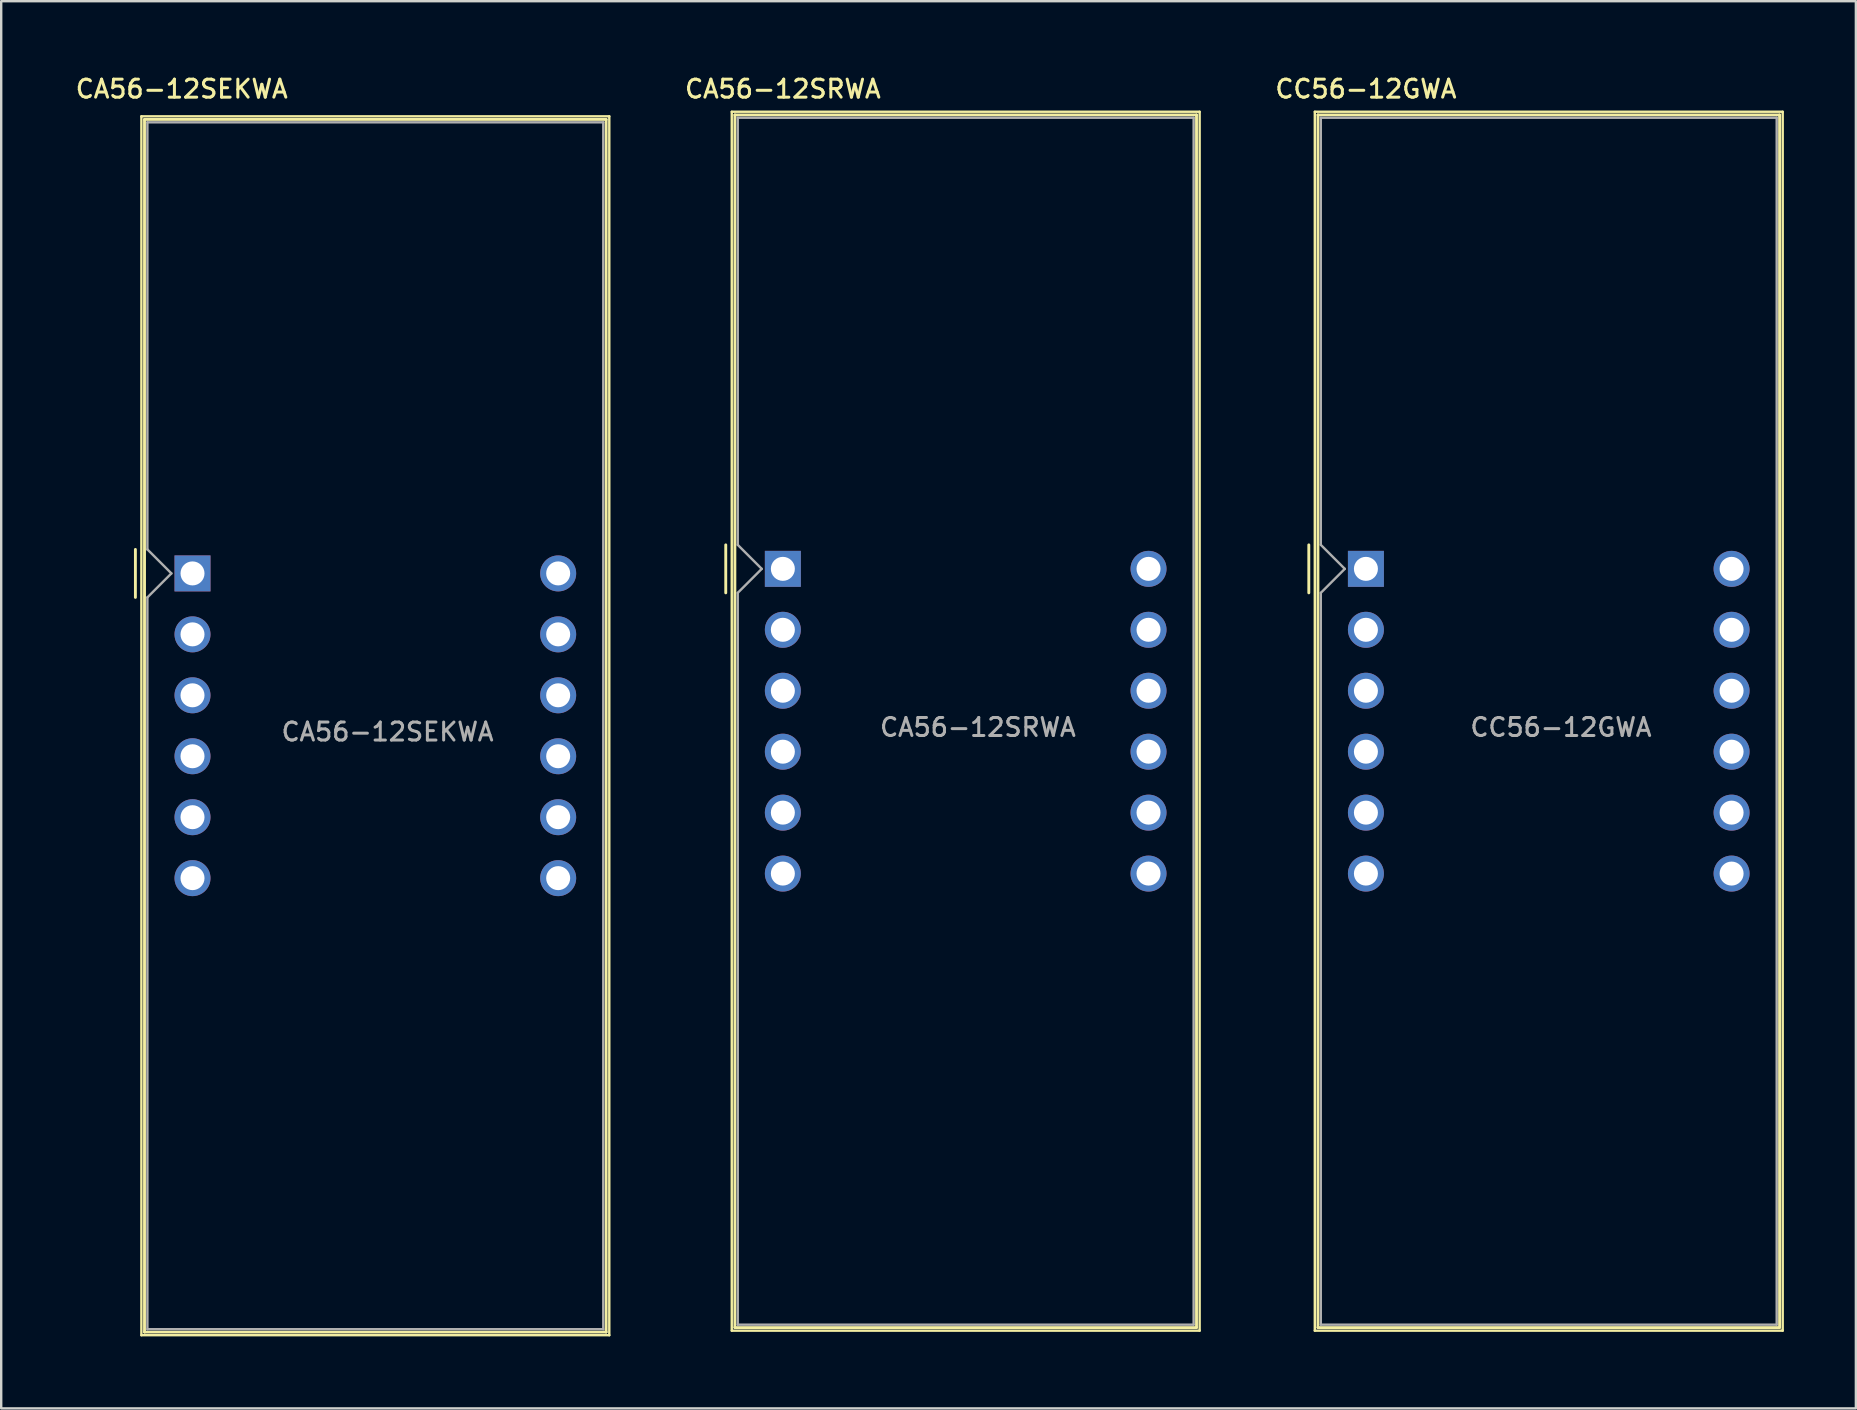
<source format=kicad_pcb>
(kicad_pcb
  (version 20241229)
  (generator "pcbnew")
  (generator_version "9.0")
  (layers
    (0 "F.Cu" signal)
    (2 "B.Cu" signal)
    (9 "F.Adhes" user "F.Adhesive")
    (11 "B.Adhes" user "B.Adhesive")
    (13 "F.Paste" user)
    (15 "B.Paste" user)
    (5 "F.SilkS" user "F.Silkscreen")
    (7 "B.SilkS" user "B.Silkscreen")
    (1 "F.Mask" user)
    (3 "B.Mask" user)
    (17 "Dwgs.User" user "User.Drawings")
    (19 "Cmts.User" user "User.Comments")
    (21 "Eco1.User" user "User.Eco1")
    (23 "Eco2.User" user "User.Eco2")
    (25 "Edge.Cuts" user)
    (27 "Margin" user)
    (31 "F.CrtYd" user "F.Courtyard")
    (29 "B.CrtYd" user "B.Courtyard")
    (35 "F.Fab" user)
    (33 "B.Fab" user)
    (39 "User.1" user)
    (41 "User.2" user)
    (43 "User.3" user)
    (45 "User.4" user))
  (footprint "CA56-12SRWA"
    (layer "F.Cu")
    (at 29.577 20.658)
    (property "Reference" "CA56-12SRWA" (at 0 -20 0) (layer "F.SilkS") (effects (font (size 0.75 0.75) (thickness 0.125))))
    (attr through_hole)
    (fp_line (start -2.38 -1) (end -2.38 1) (stroke (width 0.12) (type solid)) (layer "F.SilkS"))
    (fp_line (start -2.13 -19.05) (end 17.37 -19.05) (stroke (width 0.1) (type solid)) (layer "F.SilkS"))
    (fp_line (start -2.13 31.75) (end -2.13 -19.05) (stroke (width 0.1) (type solid)) (layer "F.SilkS"))
    (fp_line (start -2 -18.92) (end -2 31.62) (stroke (width 0.12) (type solid)) (layer "F.SilkS"))
    (fp_line (start -2 -18.92) (end 17.24 -18.92) (stroke (width 0.12) (type solid)) (layer "F.SilkS"))
    (fp_line (start -2 31.62) (end 17.24 31.62) (stroke (width 0.12) (type solid)) (layer "F.SilkS"))
    (fp_line (start 17.24 31.62) (end 17.24 -18.92) (stroke (width 0.12) (type solid)) (layer "F.SilkS"))
    (fp_line (start 17.37 -19.05) (end 17.37 31.75) (stroke (width 0.1) (type solid)) (layer "F.SilkS"))
    (fp_line (start 17.37 31.75) (end -2.13 31.75) (stroke (width 0.1) (type solid)) (layer "F.SilkS"))
    (fp_line (start -1.88 -18.8) (end 17.12 -18.8) (stroke (width 0.1) (type solid)) (layer "F.Fab"))
    (fp_line (start -1.88 -1) (end -1.88 -18.8) (stroke (width 0.1) (type solid)) (layer "F.Fab"))
    (fp_line (start -1.88 1) (end -1.88 31.5) (stroke (width 0.1) (type solid)) (layer "F.Fab"))
    (fp_line (start -1.88 1) (end -0.88 0) (stroke (width 0.1) (type solid)) (layer "F.Fab"))
    (fp_line (start -1.88 31.5) (end 17.12 31.5) (stroke (width 0.1) (type solid)) (layer "F.Fab"))
    (fp_line (start -0.88 0) (end -1.88 -1) (stroke (width 0.1) (type solid)) (layer "F.Fab"))
    (fp_line (start 17.12 -18.8) (end 17.12 31.5) (stroke (width 0.1) (type solid)) (layer "F.Fab"))
    (fp_text user "${REFERENCE}" (at 8.128 6.604 0) (layer "F.Fab") (effects (font (size 0.75 0.75) (thickness 0.125))))
    (pad "1" thru_hole rect (at 0 0) (size 1.5 1.5) (drill 1) (layers "*.Cu" "*.Mask"))
    (pad "2" thru_hole circle (at 0 2.54) (size 1.5 1.5) (drill 1) (layers "*.Cu" "*.Mask"))
    (pad "3" thru_hole circle (at 0 5.08) (size 1.5 1.5) (drill 1) (layers "*.Cu" "*.Mask"))
    (pad "4" thru_hole circle (at 0 7.62) (size 1.5 1.5) (drill 1) (layers "*.Cu" "*.Mask"))
    (pad "5" thru_hole circle (at 0 10.16) (size 1.5 1.5) (drill 1) (layers "*.Cu" "*.Mask"))
    (pad "6" thru_hole circle (at 0 12.7) (size 1.5 1.5) (drill 1) (layers "*.Cu" "*.Mask"))
    (pad "7" thru_hole circle (at 15.24 12.7) (size 1.5 1.5) (drill 1) (layers "*.Cu" "*.Mask"))
    (pad "8" thru_hole circle (at 15.24 10.16) (size 1.5 1.5) (drill 1) (layers "*.Cu" "*.Mask"))
    (pad "9" thru_hole circle (at 15.24 7.62) (size 1.5 1.5) (drill 1) (layers "*.Cu" "*.Mask"))
    (pad "10" thru_hole circle (at 15.24 5.08) (size 1.5 1.5) (drill 1) (layers "*.Cu" "*.Mask"))
    (pad "11" thru_hole circle (at 15.24 2.54) (size 1.5 1.5) (drill 1) (layers "*.Cu" "*.Mask"))
    (pad "12" thru_hole circle (at 15.24 0) (size 1.5 1.5) (drill 1) (layers "*.Cu" "*.Mask")))
  (footprint "CA56-12SEKWA"
    (layer "F.Cu")
    (at 4.973 20.848)
    (property "Reference" "CA56-12SEKWA" (at -0.45 -20.19 0) (layer "F.SilkS") (effects (font (size 0.75 0.75) (thickness 0.125))))
    (attr through_hole)
    (fp_line (start -2.38 -1) (end -2.38 1) (stroke (width 0.12) (type solid)) (layer "F.SilkS"))
    (fp_line (start -2.13 -19.05) (end 17.37 -19.05) (stroke (width 0.1) (type solid)) (layer "F.SilkS"))
    (fp_line (start -2.13 31.75) (end -2.13 -19.05) (stroke (width 0.1) (type solid)) (layer "F.SilkS"))
    (fp_line (start -2 -18.92) (end -2 31.62) (stroke (width 0.12) (type solid)) (layer "F.SilkS"))
    (fp_line (start -2 -18.92) (end 17.24 -18.92) (stroke (width 0.12) (type solid)) (layer "F.SilkS"))
    (fp_line (start -2 31.62) (end 17.24 31.62) (stroke (width 0.12) (type solid)) (layer "F.SilkS"))
    (fp_line (start 17.24 31.62) (end 17.24 -18.92) (stroke (width 0.12) (type solid)) (layer "F.SilkS"))
    (fp_line (start 17.37 -19.05) (end 17.37 31.75) (stroke (width 0.1) (type solid)) (layer "F.SilkS"))
    (fp_line (start 17.37 31.75) (end -2.13 31.75) (stroke (width 0.1) (type solid)) (layer "F.SilkS"))
    (fp_line (start -1.88 -18.8) (end 17.12 -18.8) (stroke (width 0.1) (type solid)) (layer "F.Fab"))
    (fp_line (start -1.88 -1) (end -1.88 -18.8) (stroke (width 0.1) (type solid)) (layer "F.Fab"))
    (fp_line (start -1.88 1) (end -1.88 31.5) (stroke (width 0.1) (type solid)) (layer "F.Fab"))
    (fp_line (start -1.88 1) (end -0.88 0) (stroke (width 0.1) (type solid)) (layer "F.Fab"))
    (fp_line (start -1.88 31.5) (end 17.12 31.5) (stroke (width 0.1) (type solid)) (layer "F.Fab"))
    (fp_line (start -0.88 0) (end -1.88 -1) (stroke (width 0.1) (type solid)) (layer "F.Fab"))
    (fp_line (start 17.12 -18.8) (end 17.12 31.5) (stroke (width 0.1) (type solid)) (layer "F.Fab"))
    (fp_text user "${REFERENCE}" (at 8.128 6.604 0) (layer "F.Fab") (effects (font (size 0.75 0.75) (thickness 0.125))))
    (pad "1" thru_hole rect (at 0 0) (size 1.5 1.5) (drill 1) (layers "*.Cu" "*.Mask"))
    (pad "2" thru_hole circle (at 0 2.54) (size 1.5 1.5) (drill 1) (layers "*.Cu" "*.Mask"))
    (pad "3" thru_hole circle (at 0 5.08) (size 1.5 1.5) (drill 1) (layers "*.Cu" "*.Mask"))
    (pad "4" thru_hole circle (at 0 7.62) (size 1.5 1.5) (drill 1) (layers "*.Cu" "*.Mask"))
    (pad "5" thru_hole circle (at 0 10.16) (size 1.5 1.5) (drill 1) (layers "*.Cu" "*.Mask"))
    (pad "6" thru_hole circle (at 0 12.7) (size 1.5 1.5) (drill 1) (layers "*.Cu" "*.Mask"))
    (pad "7" thru_hole circle (at 15.24 12.7) (size 1.5 1.5) (drill 1) (layers "*.Cu" "*.Mask"))
    (pad "8" thru_hole circle (at 15.24 10.16) (size 1.5 1.5) (drill 1) (layers "*.Cu" "*.Mask"))
    (pad "9" thru_hole circle (at 15.24 7.62) (size 1.5 1.5) (drill 1) (layers "*.Cu" "*.Mask"))
    (pad "10" thru_hole circle (at 15.24 5.08) (size 1.5 1.5) (drill 1) (layers "*.Cu" "*.Mask"))
    (pad "11" thru_hole circle (at 15.24 2.54) (size 1.5 1.5) (drill 1) (layers "*.Cu" "*.Mask"))
    (pad "12" thru_hole circle (at 15.24 0) (size 1.5 1.5) (drill 1) (layers "*.Cu" "*.Mask")))
  (footprint "CC56-12GWA"
    (layer "F.Cu")
    (at 53.877 20.658)
    (property "Reference" "CC56-12GWA" (at 0 -20 0) (layer "F.SilkS") (effects (font (size 0.75 0.75) (thickness 0.125))))
    (attr through_hole)
    (fp_line (start -2.38 -1) (end -2.38 1) (stroke (width 0.12) (type solid)) (layer "F.SilkS"))
    (fp_line (start -2.13 -19.05) (end 17.37 -19.05) (stroke (width 0.1) (type solid)) (layer "F.SilkS"))
    (fp_line (start -2.13 31.75) (end -2.13 -19.05) (stroke (width 0.1) (type solid)) (layer "F.SilkS"))
    (fp_line (start -2 -18.92) (end -2 31.62) (stroke (width 0.12) (type solid)) (layer "F.SilkS"))
    (fp_line (start -2 -18.92) (end 17.24 -18.92) (stroke (width 0.12) (type solid)) (layer "F.SilkS"))
    (fp_line (start -2 31.62) (end 17.24 31.62) (stroke (width 0.12) (type solid)) (layer "F.SilkS"))
    (fp_line (start 17.24 31.62) (end 17.24 -18.92) (stroke (width 0.12) (type solid)) (layer "F.SilkS"))
    (fp_line (start 17.37 -19.05) (end 17.37 31.75) (stroke (width 0.1) (type solid)) (layer "F.SilkS"))
    (fp_line (start 17.37 31.75) (end -2.13 31.75) (stroke (width 0.1) (type solid)) (layer "F.SilkS"))
    (fp_line (start -1.88 -18.8) (end 17.12 -18.8) (stroke (width 0.1) (type solid)) (layer "F.Fab"))
    (fp_line (start -1.88 -1) (end -1.88 -18.8) (stroke (width 0.1) (type solid)) (layer "F.Fab"))
    (fp_line (start -1.88 1) (end -1.88 31.5) (stroke (width 0.1) (type solid)) (layer "F.Fab"))
    (fp_line (start -1.88 1) (end -0.88 0) (stroke (width 0.1) (type solid)) (layer "F.Fab"))
    (fp_line (start -1.88 31.5) (end 17.12 31.5) (stroke (width 0.1) (type solid)) (layer "F.Fab"))
    (fp_line (start -0.88 0) (end -1.88 -1) (stroke (width 0.1) (type solid)) (layer "F.Fab"))
    (fp_line (start 17.12 -18.8) (end 17.12 31.5) (stroke (width 0.1) (type solid)) (layer "F.Fab"))
    (fp_text user "${REFERENCE}" (at 8.128 6.604 0) (layer "F.Fab") (effects (font (size 0.75 0.75) (thickness 0.125))))
    (pad "1" thru_hole rect (at 0 0) (size 1.5 1.5) (drill 1) (layers "*.Cu" "*.Mask"))
    (pad "2" thru_hole circle (at 0 2.54) (size 1.5 1.5) (drill 1) (layers "*.Cu" "*.Mask"))
    (pad "3" thru_hole circle (at 0 5.08) (size 1.5 1.5) (drill 1) (layers "*.Cu" "*.Mask"))
    (pad "4" thru_hole circle (at 0 7.62) (size 1.5 1.5) (drill 1) (layers "*.Cu" "*.Mask"))
    (pad "5" thru_hole circle (at 0 10.16) (size 1.5 1.5) (drill 1) (layers "*.Cu" "*.Mask"))
    (pad "6" thru_hole circle (at 0 12.7) (size 1.5 1.5) (drill 1) (layers "*.Cu" "*.Mask"))
    (pad "7" thru_hole circle (at 15.24 12.7) (size 1.5 1.5) (drill 1) (layers "*.Cu" "*.Mask"))
    (pad "8" thru_hole circle (at 15.24 10.16) (size 1.5 1.5) (drill 1) (layers "*.Cu" "*.Mask"))
    (pad "9" thru_hole circle (at 15.24 7.62) (size 1.5 1.5) (drill 1) (layers "*.Cu" "*.Mask"))
    (pad "10" thru_hole circle (at 15.24 5.08) (size 1.5 1.5) (drill 1) (layers "*.Cu" "*.Mask"))
    (pad "11" thru_hole circle (at 15.24 2.54) (size 1.5 1.5) (drill 1) (layers "*.Cu" "*.Mask"))
    (pad "12" thru_hole circle (at 15.24 0) (size 1.5 1.5) (drill 1) (layers "*.Cu" "*.Mask")))
  (gr_rect
    (start -3 -3)
    (end 74.297 55.648)
    (stroke (width 0.1) (type default))
    (fill no)
    (layer "Edge.Cuts")))
</source>
